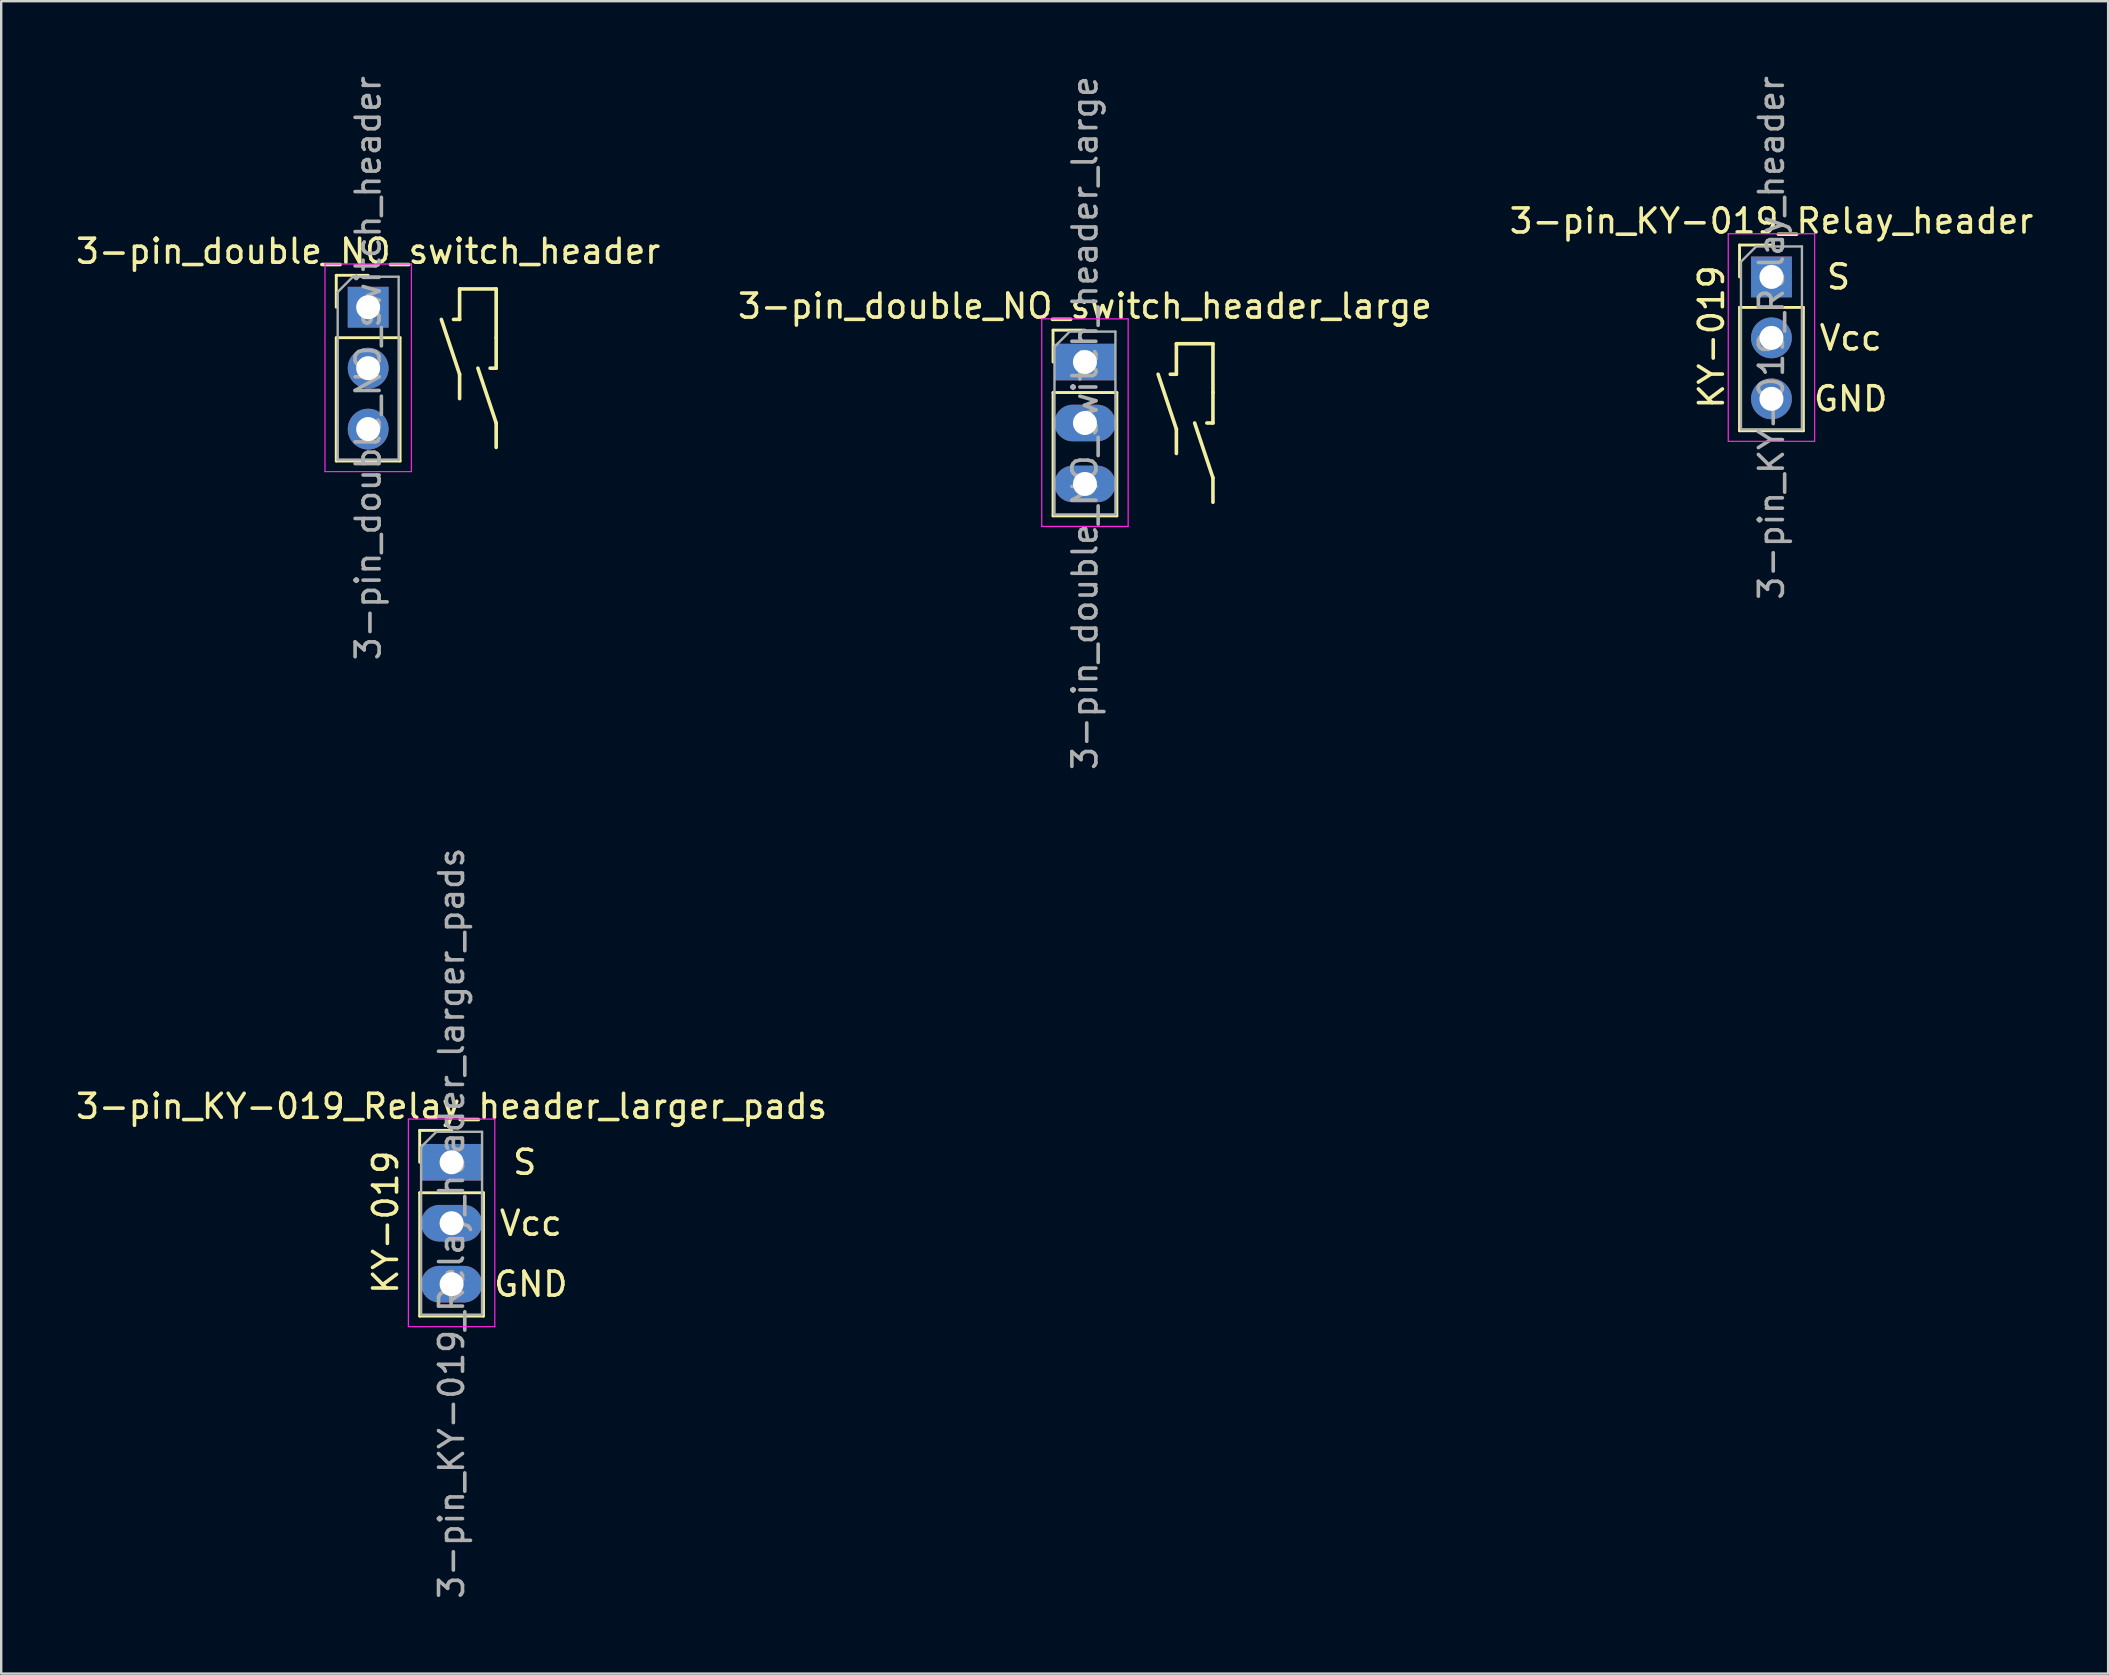
<source format=kicad_pcb>
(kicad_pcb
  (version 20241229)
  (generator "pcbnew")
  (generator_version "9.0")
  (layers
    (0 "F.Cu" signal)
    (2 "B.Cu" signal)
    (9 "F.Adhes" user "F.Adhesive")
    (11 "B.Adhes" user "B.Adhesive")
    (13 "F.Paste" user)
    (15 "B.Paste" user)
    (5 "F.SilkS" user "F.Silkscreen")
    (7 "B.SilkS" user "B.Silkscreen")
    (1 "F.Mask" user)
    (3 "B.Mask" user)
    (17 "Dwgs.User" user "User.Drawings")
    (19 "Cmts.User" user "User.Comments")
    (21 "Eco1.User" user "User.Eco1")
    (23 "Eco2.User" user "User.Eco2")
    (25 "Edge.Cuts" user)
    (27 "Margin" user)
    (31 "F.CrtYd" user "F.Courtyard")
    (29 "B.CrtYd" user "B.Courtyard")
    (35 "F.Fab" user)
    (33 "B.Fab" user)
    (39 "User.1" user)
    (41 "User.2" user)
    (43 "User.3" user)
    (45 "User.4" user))
  (footprint "3-pin_double_NO_switch_header"
    (layer "F.Cu")
    (at 12.292 9.752)
    (property "Reference" "3-pin_double_NO_switch_header" (at 0 -2.33 0) (layer "F.SilkS") (effects (font (size 1 1) (thickness 0.15))))
    (attr through_hole)
    (fp_line (start -1.33 -1.33) (end 0 -1.33) (stroke (width 0.12) (type solid)) (layer "F.SilkS"))
    (fp_line (start -1.33 0) (end -1.33 -1.33) (stroke (width 0.12) (type solid)) (layer "F.SilkS"))
    (fp_line (start -1.33 1.27) (end -1.33 6.41) (stroke (width 0.12) (type solid)) (layer "F.SilkS"))
    (fp_line (start -1.33 1.27) (end 1.33 1.27) (stroke (width 0.12) (type solid)) (layer "F.SilkS"))
    (fp_line (start -1.33 6.41) (end 1.33 6.41) (stroke (width 0.12) (type solid)) (layer "F.SilkS"))
    (fp_line (start 1.33 1.27) (end 1.33 6.41) (stroke (width 0.12) (type solid)) (layer "F.SilkS"))
    (fp_line (start 3.81 -0.762) (end 3.81 0.508) (stroke (width 0.15) (type solid)) (layer "F.SilkS"))
    (fp_line (start 3.81 -0.762) (end 5.334 -0.762) (stroke (width 0.15) (type solid)) (layer "F.SilkS"))
    (fp_line (start 3.81 0.508) (end 3.556 0.508) (stroke (width 0.15) (type solid)) (layer "F.SilkS"))
    (fp_line (start 3.81 2.794) (end 3.048 0.508) (stroke (width 0.15) (type solid)) (layer "F.SilkS"))
    (fp_line (start 3.81 3.81) (end 3.81 2.794) (stroke (width 0.15) (type solid)) (layer "F.SilkS"))
    (fp_line (start 5.334 -0.762) (end 5.334 1.27) (stroke (width 0.15) (type solid)) (layer "F.SilkS"))
    (fp_line (start 5.334 1.27) (end 5.334 2.54) (stroke (width 0.15) (type solid)) (layer "F.SilkS"))
    (fp_line (start 5.334 2.54) (end 5.08 2.54) (stroke (width 0.15) (type solid)) (layer "F.SilkS"))
    (fp_line (start 5.334 4.826) (end 4.572 2.54) (stroke (width 0.15) (type solid)) (layer "F.SilkS"))
    (fp_line (start 5.334 5.842) (end 5.334 4.826) (stroke (width 0.15) (type solid)) (layer "F.SilkS"))
    (fp_line (start -1.8 -1.8) (end -1.8 6.85) (stroke (width 0.05) (type solid)) (layer "F.CrtYd"))
    (fp_line (start -1.8 6.85) (end 1.8 6.85) (stroke (width 0.05) (type solid)) (layer "F.CrtYd"))
    (fp_line (start 1.8 -1.8) (end -1.8 -1.8) (stroke (width 0.05) (type solid)) (layer "F.CrtYd"))
    (fp_line (start 1.8 6.85) (end 1.8 -1.8) (stroke (width 0.05) (type solid)) (layer "F.CrtYd"))
    (fp_line (start -1.27 -0.635) (end -0.635 -1.27) (stroke (width 0.1) (type solid)) (layer "F.Fab"))
    (fp_line (start -1.27 6.35) (end -1.27 -0.635) (stroke (width 0.1) (type solid)) (layer "F.Fab"))
    (fp_line (start -0.635 -1.27) (end 1.27 -1.27) (stroke (width 0.1) (type solid)) (layer "F.Fab"))
    (fp_line (start 1.27 -1.27) (end 1.27 6.35) (stroke (width 0.1) (type solid)) (layer "F.Fab"))
    (fp_line (start 1.27 6.35) (end -1.27 6.35) (stroke (width 0.1) (type solid)) (layer "F.Fab"))
    (fp_text user "${REFERENCE}" (at 0 2.54 90) (layer "F.Fab") (effects (font (size 1 1) (thickness 0.15))))
    (pad "1" thru_hole rect (at 0 0) (size 1.7 1.7) (drill 1) (layers "*.Cu" "*.Mask"))
    (pad "2" thru_hole oval (at 0 2.54) (size 1.7 1.7) (drill 1) (layers "*.Cu" "*.Mask"))
    (pad "3" thru_hole oval (at 0 5.08) (size 1.7 1.7) (drill 1) (layers "*.Cu" "*.Mask")))
  (footprint "3-pin_KY-019_Relay_header_larger_pads"
    (layer "F.Cu")
    (at 15.768 45.383)
    (property "Reference" "3-pin_KY-019_Relay_header_larger_pads" (at 0 -2.33 0) (layer "F.SilkS") (effects (font (size 1 1) (thickness 0.15))))
    (attr through_hole)
    (fp_line (start -1.33 -1.33) (end 0 -1.33) (stroke (width 0.12) (type solid)) (layer "F.SilkS"))
    (fp_line (start -1.33 0) (end -1.33 -1.33) (stroke (width 0.12) (type solid)) (layer "F.SilkS"))
    (fp_line (start -1.33 1.27) (end -1.33 6.41) (stroke (width 0.12) (type solid)) (layer "F.SilkS"))
    (fp_line (start -1.33 1.27) (end 1.33 1.27) (stroke (width 0.12) (type solid)) (layer "F.SilkS"))
    (fp_line (start -1.33 6.41) (end 1.33 6.41) (stroke (width 0.12) (type solid)) (layer "F.SilkS"))
    (fp_line (start 1.33 1.27) (end 1.33 6.41) (stroke (width 0.12) (type solid)) (layer "F.SilkS"))
    (fp_line (start -1.8 -1.8) (end -1.8 6.85) (stroke (width 0.05) (type solid)) (layer "F.CrtYd"))
    (fp_line (start -1.8 6.85) (end 1.8 6.85) (stroke (width 0.05) (type solid)) (layer "F.CrtYd"))
    (fp_line (start 1.8 -1.8) (end -1.8 -1.8) (stroke (width 0.05) (type solid)) (layer "F.CrtYd"))
    (fp_line (start 1.8 6.85) (end 1.8 -1.8) (stroke (width 0.05) (type solid)) (layer "F.CrtYd"))
    (fp_line (start -1.27 -0.635) (end -0.635 -1.27) (stroke (width 0.1) (type solid)) (layer "F.Fab"))
    (fp_line (start -1.27 6.35) (end -1.27 -0.635) (stroke (width 0.1) (type solid)) (layer "F.Fab"))
    (fp_line (start -0.635 -1.27) (end 1.27 -1.27) (stroke (width 0.1) (type solid)) (layer "F.Fab"))
    (fp_line (start 1.27 -1.27) (end 1.27 6.35) (stroke (width 0.1) (type solid)) (layer "F.Fab"))
    (fp_line (start 1.27 6.35) (end -1.27 6.35) (stroke (width 0.1) (type solid)) (layer "F.Fab"))
    (fp_text user "S" (at 3.048 0 0) (layer "F.SilkS") (effects (font (size 1 1) (thickness 0.15))))
    (fp_text user "KY-019" (at -2.75 2.5 90) (layer "F.SilkS") (effects (font (size 1 1) (thickness 0.15))))
    (fp_text user "GND" (at 3.302 5.08 0) (layer "F.SilkS") (effects (font (size 1 1) (thickness 0.15))))
    (fp_text user "Vcc" (at 3.302 2.54 0) (layer "F.SilkS") (effects (font (size 1 1) (thickness 0.15))))
    (fp_text user "${REFERENCE}" (at 0 2.54 90) (layer "F.Fab") (effects (font (size 1 1) (thickness 0.15))))
    (pad "1" thru_hole rect (at 0 0) (size 2.54 1.524) (drill 1) (layers "*.Cu" "*.Mask"))
    (pad "2" thru_hole oval (at 0 2.54) (size 2.54 1.524) (drill 1) (layers "*.Cu" "*.Mask"))
    (pad "3" thru_hole oval (at 0 5.08) (size 2.54 1.524) (drill 1) (layers "*.Cu" "*.Mask")))
  (footprint "3-pin_double_NO_switch_header_large"
    (layer "F.Cu")
    (at 42.161 12.037)
    (property "Reference" "3-pin_double_NO_switch_header_large" (at 0 -2.33 0) (layer "F.SilkS") (effects (font (size 1 1) (thickness 0.15))))
    (attr through_hole)
    (fp_line (start -1.33 -1.33) (end 0 -1.33) (stroke (width 0.12) (type solid)) (layer "F.SilkS"))
    (fp_line (start -1.33 0) (end -1.33 -1.33) (stroke (width 0.12) (type solid)) (layer "F.SilkS"))
    (fp_line (start -1.33 1.27) (end -1.33 6.41) (stroke (width 0.12) (type solid)) (layer "F.SilkS"))
    (fp_line (start -1.33 1.27) (end 1.33 1.27) (stroke (width 0.12) (type solid)) (layer "F.SilkS"))
    (fp_line (start -1.33 6.41) (end 1.33 6.41) (stroke (width 0.12) (type solid)) (layer "F.SilkS"))
    (fp_line (start 1.33 1.27) (end 1.33 6.41) (stroke (width 0.12) (type solid)) (layer "F.SilkS"))
    (fp_line (start 3.81 -0.762) (end 3.81 0.508) (stroke (width 0.15) (type solid)) (layer "F.SilkS"))
    (fp_line (start 3.81 -0.762) (end 5.334 -0.762) (stroke (width 0.15) (type solid)) (layer "F.SilkS"))
    (fp_line (start 3.81 0.508) (end 3.556 0.508) (stroke (width 0.15) (type solid)) (layer "F.SilkS"))
    (fp_line (start 3.81 2.794) (end 3.048 0.508) (stroke (width 0.15) (type solid)) (layer "F.SilkS"))
    (fp_line (start 3.81 3.81) (end 3.81 2.794) (stroke (width 0.15) (type solid)) (layer "F.SilkS"))
    (fp_line (start 5.334 -0.762) (end 5.334 1.27) (stroke (width 0.15) (type solid)) (layer "F.SilkS"))
    (fp_line (start 5.334 1.27) (end 5.334 2.54) (stroke (width 0.15) (type solid)) (layer "F.SilkS"))
    (fp_line (start 5.334 2.54) (end 5.08 2.54) (stroke (width 0.15) (type solid)) (layer "F.SilkS"))
    (fp_line (start 5.334 4.826) (end 4.572 2.54) (stroke (width 0.15) (type solid)) (layer "F.SilkS"))
    (fp_line (start 5.334 5.842) (end 5.334 4.826) (stroke (width 0.15) (type solid)) (layer "F.SilkS"))
    (fp_line (start -1.8 -1.8) (end -1.8 6.85) (stroke (width 0.05) (type solid)) (layer "F.CrtYd"))
    (fp_line (start -1.8 6.85) (end 1.8 6.85) (stroke (width 0.05) (type solid)) (layer "F.CrtYd"))
    (fp_line (start 1.8 -1.8) (end -1.8 -1.8) (stroke (width 0.05) (type solid)) (layer "F.CrtYd"))
    (fp_line (start 1.8 6.85) (end 1.8 -1.8) (stroke (width 0.05) (type solid)) (layer "F.CrtYd"))
    (fp_line (start -1.27 -0.635) (end -0.635 -1.27) (stroke (width 0.1) (type solid)) (layer "F.Fab"))
    (fp_line (start -1.27 6.35) (end -1.27 -0.635) (stroke (width 0.1) (type solid)) (layer "F.Fab"))
    (fp_line (start -0.635 -1.27) (end 1.27 -1.27) (stroke (width 0.1) (type solid)) (layer "F.Fab"))
    (fp_line (start 1.27 -1.27) (end 1.27 6.35) (stroke (width 0.1) (type solid)) (layer "F.Fab"))
    (fp_line (start 1.27 6.35) (end -1.27 6.35) (stroke (width 0.1) (type solid)) (layer "F.Fab"))
    (fp_text user "${REFERENCE}" (at 0 2.54 90) (layer "F.Fab") (effects (font (size 1 1) (thickness 0.15))))
    (pad "1" thru_hole rect (at 0 0 90) (size 1.524 2.54) (drill 1) (layers "*.Cu" "*.Mask"))
    (pad "2" thru_hole oval (at 0 2.54) (size 2.54 1.524) (drill 1) (layers "*.Cu" "*.Mask"))
    (pad "3" thru_hole oval (at 0 5.08) (size 2.54 1.524) (drill 1) (layers "*.Cu" "*.Mask")))
  (footprint "3-pin_KY-019_Relay_header"
    (layer "F.Cu")
    (at 70.768 8.49)
    (property "Reference" "3-pin_KY-019_Relay_header" (at 0 -2.33 0) (layer "F.SilkS") (effects (font (size 1 1) (thickness 0.15))))
    (attr through_hole)
    (fp_line (start -1.33 -1.33) (end 0 -1.33) (stroke (width 0.12) (type solid)) (layer "F.SilkS"))
    (fp_line (start -1.33 0) (end -1.33 -1.33) (stroke (width 0.12) (type solid)) (layer "F.SilkS"))
    (fp_line (start -1.33 1.27) (end -1.33 6.41) (stroke (width 0.12) (type solid)) (layer "F.SilkS"))
    (fp_line (start -1.33 1.27) (end 1.33 1.27) (stroke (width 0.12) (type solid)) (layer "F.SilkS"))
    (fp_line (start -1.33 6.41) (end 1.33 6.41) (stroke (width 0.12) (type solid)) (layer "F.SilkS"))
    (fp_line (start 1.33 1.27) (end 1.33 6.41) (stroke (width 0.12) (type solid)) (layer "F.SilkS"))
    (fp_line (start -1.8 -1.8) (end -1.8 6.85) (stroke (width 0.05) (type solid)) (layer "F.CrtYd"))
    (fp_line (start -1.8 6.85) (end 1.8 6.85) (stroke (width 0.05) (type solid)) (layer "F.CrtYd"))
    (fp_line (start 1.8 -1.8) (end -1.8 -1.8) (stroke (width 0.05) (type solid)) (layer "F.CrtYd"))
    (fp_line (start 1.8 6.85) (end 1.8 -1.8) (stroke (width 0.05) (type solid)) (layer "F.CrtYd"))
    (fp_line (start -1.27 -0.635) (end -0.635 -1.27) (stroke (width 0.1) (type solid)) (layer "F.Fab"))
    (fp_line (start -1.27 6.35) (end -1.27 -0.635) (stroke (width 0.1) (type solid)) (layer "F.Fab"))
    (fp_line (start -0.635 -1.27) (end 1.27 -1.27) (stroke (width 0.1) (type solid)) (layer "F.Fab"))
    (fp_line (start 1.27 -1.27) (end 1.27 6.35) (stroke (width 0.1) (type solid)) (layer "F.Fab"))
    (fp_line (start 1.27 6.35) (end -1.27 6.35) (stroke (width 0.1) (type solid)) (layer "F.Fab"))
    (fp_text user "S" (at 2.794 0 0) (layer "F.SilkS") (effects (font (size 1 1) (thickness 0.15))))
    (fp_text user "Vcc" (at 3.302 2.54 0) (layer "F.SilkS") (effects (font (size 1 1) (thickness 0.15))))
    (fp_text user "GND" (at 3.302 5.08 0) (layer "F.SilkS") (effects (font (size 1 1) (thickness 0.15))))
    (fp_text user "KY-019" (at -2.5 2.5 90) (layer "F.SilkS") (effects (font (size 1 1) (thickness 0.15))))
    (fp_text user "${REFERENCE}" (at 0 2.54 90) (layer "F.Fab") (effects (font (size 1 1) (thickness 0.15))))
    (pad "1" thru_hole rect (at 0 0) (size 1.7 1.7) (drill 1) (layers "*.Cu" "*.Mask"))
    (pad "2" thru_hole oval (at 0 2.54) (size 1.7 1.7) (drill 1) (layers "*.Cu" "*.Mask"))
    (pad "3" thru_hole oval (at 0 5.08) (size 1.7 1.7) (drill 1) (layers "*.Cu" "*.Mask")))
  (gr_rect
    (start -3 -3)
    (end 84.798 66.69)
    (stroke (width 0.1) (type default))
    (fill no)
    (layer "Edge.Cuts")))
</source>
